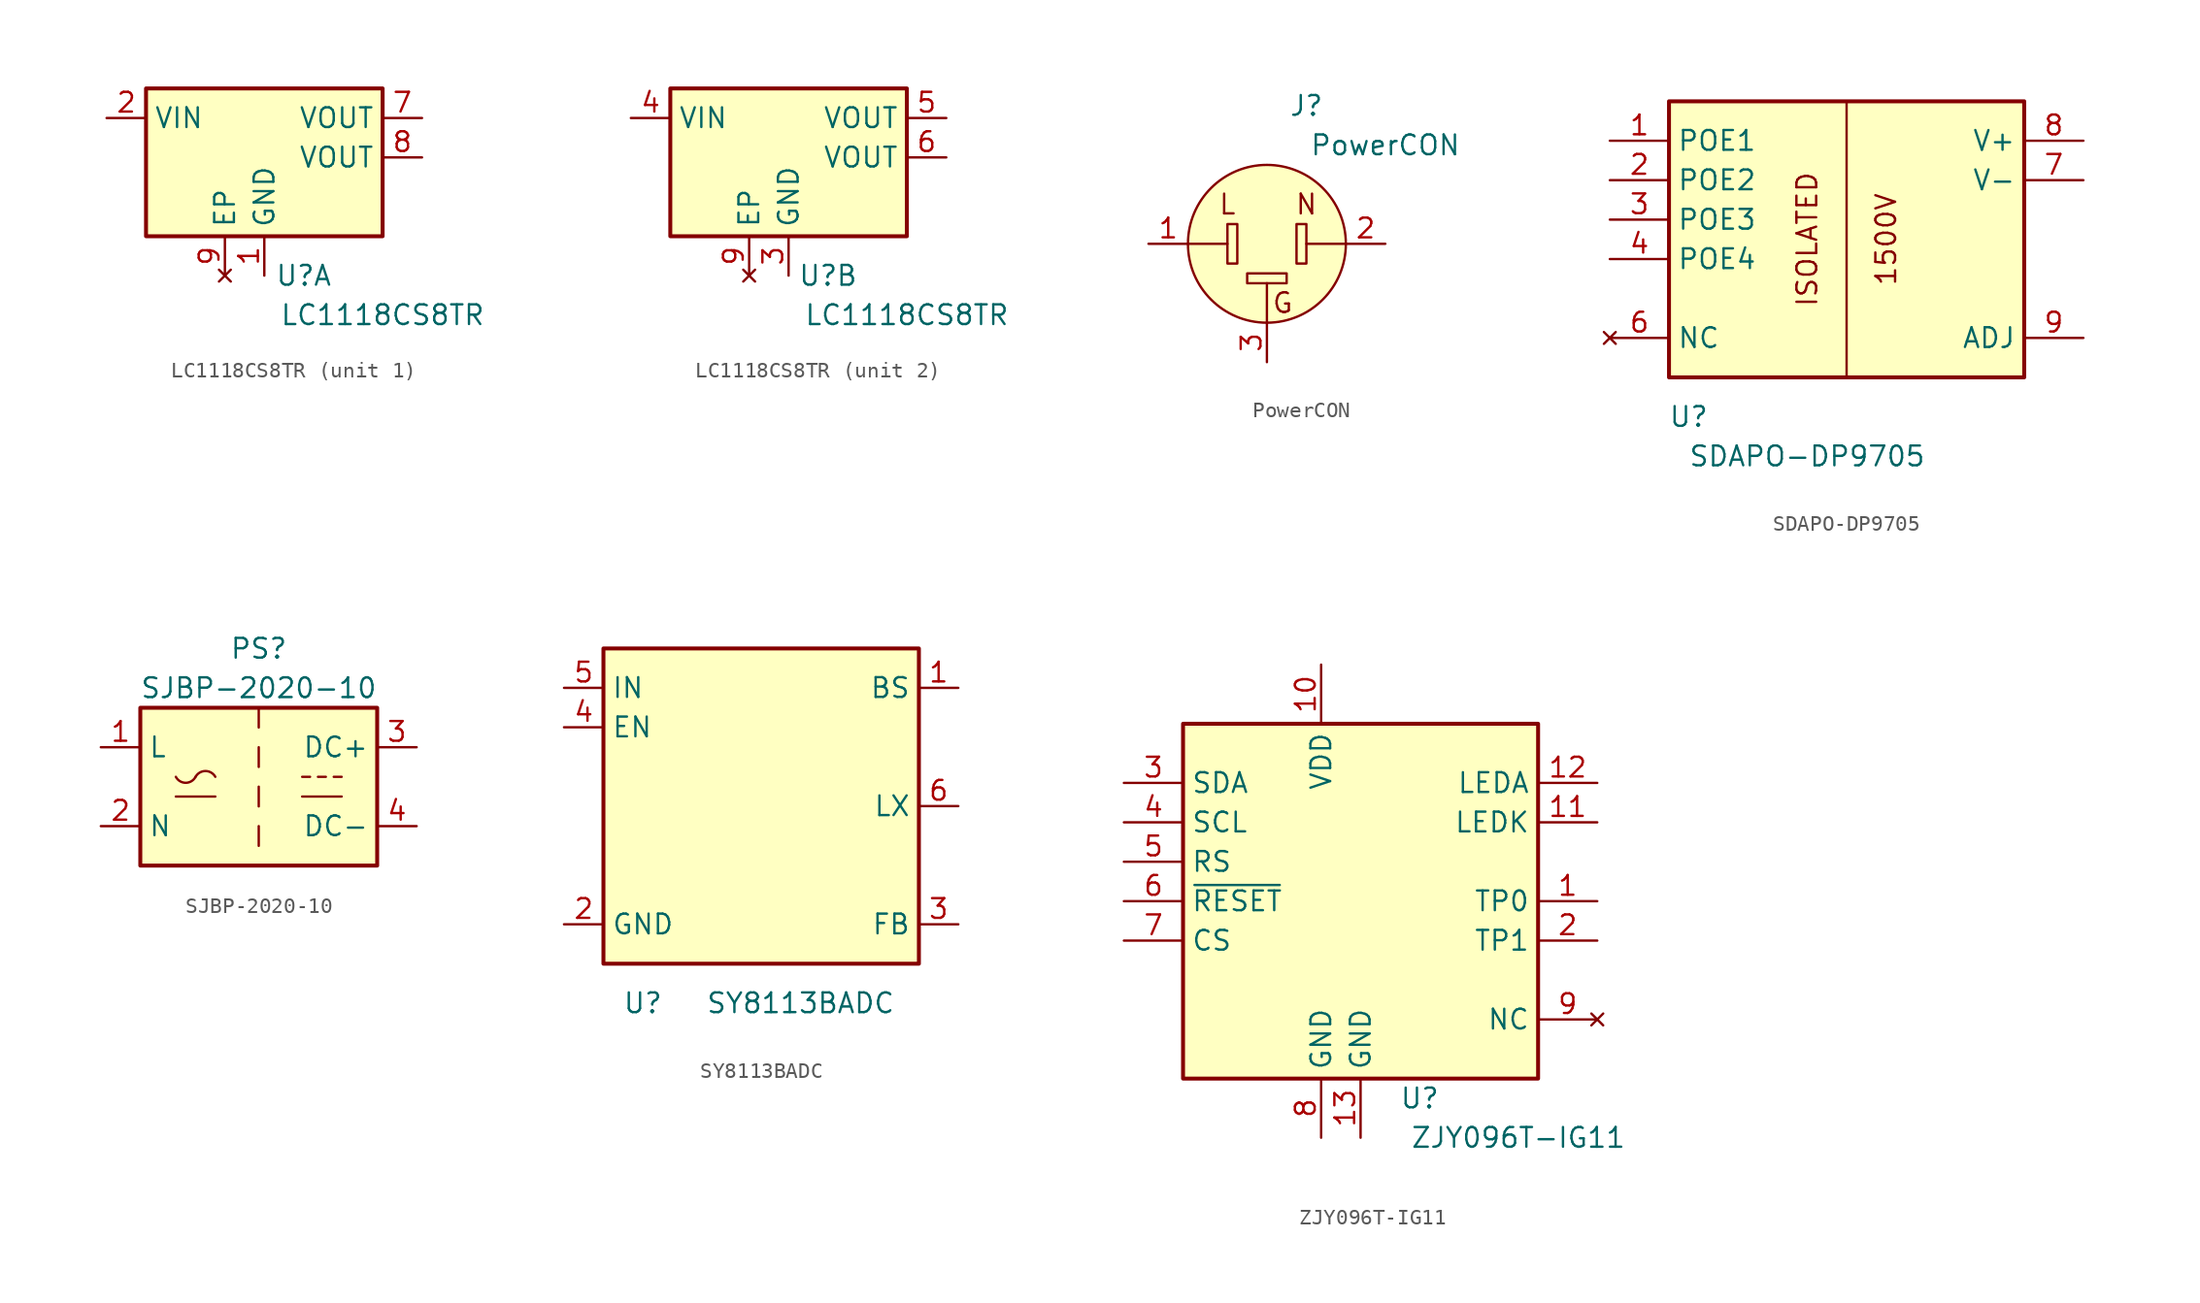
<source format=kicad_sym>
(kicad_symbol_lib
  (version 20201005)
  (generator kicad_symbol_editor)
  (symbol "Stone:LC1118CS8TR"
    (property "Reference" "U"
      (at 0 0 0)
      (effects (font (size 1.27 1.27))))
    (property "Value" "LC1118CS8TR"
      (at 5.08 -2.54 0)
      (effects (font (size 1.27 1.27))))
    (symbol "LC1118CS8TR_0_1"
      (rectangle (start -10.16 2.54) (end 5.08 12.065) (stroke (width 0.254)) (fill (type background))))
    (symbol "LC1118CS8TR_1_1"
      (pin power_in line (at -2.54 0 90) (length 2.54) (name "GND" (effects (font (size 1.27 1.27)))) (number "1" (effects (font (size 1.27 1.27)))))
      (pin power_in line (at -12.7 10.16 0) (length 2.54) (name "VIN" (effects (font (size 1.27 1.27)))) (number "2" (effects (font (size 1.27 1.27)))))
      (pin power_out line (at 7.62 10.16 180) (length 2.54) (name "VOUT" (effects (font (size 1.27 1.27)))) (number "7" (effects (font (size 1.27 1.27)))))
      (pin power_out line (at 7.62 7.62 180) (length 2.54) (name "VOUT" (effects (font (size 1.27 1.27)))) (number "8" (effects (font (size 1.27 1.27)))))
      (pin no_connect line (at -5.08 0 90) (length 2.54) (name "EP" (effects (font (size 1.27 1.27)))) (number "9" (effects (font (size 1.27 1.27))))))
    (symbol "LC1118CS8TR_2_1"
      (pin power_in line (at -2.54 0 90) (length 2.54) (name "GND" (effects (font (size 1.27 1.27)))) (number "3" (effects (font (size 1.27 1.27)))))
      (pin power_in line (at -12.7 10.16 0) (length 2.54) (name "VIN" (effects (font (size 1.27 1.27)))) (number "4" (effects (font (size 1.27 1.27)))))
      (pin power_out line (at 7.62 10.16 180) (length 2.54) (name "VOUT" (effects (font (size 1.27 1.27)))) (number "5" (effects (font (size 1.27 1.27)))))
      (pin power_out line (at 7.62 7.62 180) (length 2.54) (name "VOUT" (effects (font (size 1.27 1.27)))) (number "6" (effects (font (size 1.27 1.27)))))
      (pin no_connect line (at -5.08 0 90) (length 2.54) (name "EP" (effects (font (size 1.27 1.27)))) (number "9" (effects (font (size 1.27 1.27)))))))
  (symbol "Stone:PowerCON"
    (pin_names hide)
    (property "Reference" "J"
      (at 2.54 8.89 0)
      (effects (font (size 1.27 1.27))))
    (property "Value" "PowerCON"
      (at 7.62 6.35 0)
      (effects (font (size 1.27 1.27))))
    (symbol "PowerCON_0_0"
      (text "G" (at 1.016 -3.81 0) (effects (font (size 1.27 1.27))))
      (text "L" (at -2.54 2.54 0) (effects (font (size 1.27 1.27))))
      (text "N" (at 2.54 2.54 0) (effects (font (size 1.27 1.27)))))
    (symbol "PowerCON_0_1"
      (circle (center 0 0) (radius 5.08) (stroke (width 0)) (fill (type background)))
      (rectangle (start -2.54 1.27) (end -1.905 -1.27) (stroke (width 0)) (fill (type none)))
      (rectangle (start -1.27 -2.54) (end 1.27 -1.905) (stroke (width 0)) (fill (type none)))
      (rectangle (start 2.54 1.27) (end 1.905 -1.27) (stroke (width 0)) (fill (type none)))
      (polyline (pts (xy -5.08 0) (xy -2.54 0)) (stroke (width 0)) (fill (type none)))
      (polyline (pts (xy 0 -5.08) (xy 0 -2.54)) (stroke (width 0)) (fill (type none)))
      (polyline (pts (xy 5.08 0) (xy 2.54 0)) (stroke (width 0)) (fill (type none)))
      (pin passive line (at -7.62 0 0) (length 2.54) (name "L" (effects (font (size 1.27 1.27)))) (number "1" (effects (font (size 1.27 1.27)))))
      (pin passive line (at 7.62 0 180) (length 2.54) (name "N" (effects (font (size 1.27 1.27)))) (number "2" (effects (font (size 1.27 1.27)))))
      (pin passive line (at 0 -7.62 90) (length 2.54) (name "GND" (effects (font (size 1.27 1.27)))) (number "3" (effects (font (size 1.27 1.27)))))))
  (symbol "Stone:SDAPO-DP9705"
    (property "Reference" "U"
      (at 2.54 2.54 0)
      (effects (font (size 1.27 1.27))))
    (property "Value" "SDAPO-DP9705"
      (at 10.16 0 0)
      (effects (font (size 1.27 1.27))))
    (symbol "SDAPO-DP9705_0_0"
      (text "1500V" (at 15.24 13.97 900) (effects (font (size 1.27 1.27))))
      (text "ISOLATED" (at 10.16 13.97 900) (effects (font (size 1.27 1.27)))))
    (symbol "SDAPO-DP9705_0_1"
      (polyline (pts (xy 12.7 22.86) (xy 12.7 5.08)) (stroke (width 0.152)) (fill (type none))))
    (symbol "SDAPO-DP9705_1_1"
      (rectangle (start 1.27 22.86) (end 24.13 5.08) (stroke (width 0.254)) (fill (type background)))
      (pin passive line (at -2.54 20.32 0) (length 3.81) (name "POE1" (effects (font (size 1.27 1.27)))) (number "1" (effects (font (size 1.27 1.27)))))
      (pin passive line (at -2.54 17.78 0) (length 3.81) (name "POE2" (effects (font (size 1.27 1.27)))) (number "2" (effects (font (size 1.27 1.27)))))
      (pin passive line (at -2.54 15.24 0) (length 3.81) (name "POE3" (effects (font (size 1.27 1.27)))) (number "3" (effects (font (size 1.27 1.27)))))
      (pin passive line (at -2.54 12.7 0) (length 3.81) (name "POE4" (effects (font (size 1.27 1.27)))) (number "4" (effects (font (size 1.27 1.27)))))
      (pin no_connect line (at -2.54 7.62 0) (length 3.81) (name "NC" (effects (font (size 1.27 1.27)))) (number "6" (effects (font (size 1.27 1.27)))))
      (pin power_out line (at 27.94 17.78 180) (length 3.81) (name "V-" (effects (font (size 1.27 1.27)))) (number "7" (effects (font (size 1.27 1.27)))))
      (pin power_out line (at 27.94 20.32 180) (length 3.81) (name "V+" (effects (font (size 1.27 1.27)))) (number "8" (effects (font (size 1.27 1.27)))))
      (pin passive line (at 27.94 7.62 180) (length 3.81) (name "ADJ" (effects (font (size 1.27 1.27)))) (number "9" (effects (font (size 1.27 1.27)))))))
  (symbol "Stone:SJBP-2020-10"
    (property "Reference" "PS"
      (at 0 8.89 0)
      (effects (font (size 1.27 1.27))))
    (property "Value" "SJBP-2020-10"
      (at 0 6.35 0)
      (effects (font (size 1.27 1.27))))
    (symbol "SJBP-2020-10_0_1"
      (arc (start -5.334 0.635) (end -4.064 0.635) (radius (at -4.699 0.9652) (length 0.7112) (angles -152.5 -27.5)) (stroke (width 0)) (fill (type none)))
      (arc (start -2.794 0.635) (end -4.064 0.635) (radius (at -3.429 0.2794) (length 0.7366) (angles 29.2 150.8)) (stroke (width 0)) (fill (type none)))
      (rectangle (start -7.62 5.08) (end 7.62 -5.08) (stroke (width 0.254)) (fill (type background)))
      (polyline (pts (xy -5.334 -0.635) (xy -2.794 -0.635)) (stroke (width 0)) (fill (type none)))
      (polyline (pts (xy 2.794 -0.635) (xy 5.334 -0.635)) (stroke (width 0)) (fill (type none)))
      (polyline (pts (xy 2.794 0.635) (xy 3.302 0.635)) (stroke (width 0)) (fill (type none)))
      (polyline (pts (xy 3.81 0.635) (xy 4.318 0.635)) (stroke (width 0)) (fill (type none)))
      (polyline (pts (xy 4.826 0.635) (xy 5.334 0.635)) (stroke (width 0)) (fill (type none))))
    (symbol "SJBP-2020-10_1_1"
      (polyline (pts (xy 0 -2.54) (xy 0 -3.81)) (stroke (width 0)) (fill (type none)))
      (polyline (pts (xy 0 0) (xy 0 -1.27)) (stroke (width 0)) (fill (type none)))
      (polyline (pts (xy 0 2.54) (xy 0 1.27)) (stroke (width 0)) (fill (type none)))
      (polyline (pts (xy 0 5.08) (xy 0 3.81)) (stroke (width 0)) (fill (type none)))
      (pin power_in line (at -10.16 2.54 0) (length 2.54) (name "L" (effects (font (size 1.27 1.27)))) (number "1" (effects (font (size 1.27 1.27)))))
      (pin power_in line (at -10.16 -2.54 0) (length 2.54) (name "N" (effects (font (size 1.27 1.27)))) (number "2" (effects (font (size 1.27 1.27)))))
      (pin power_out line (at 10.16 2.54 180) (length 2.54) (name "DC+" (effects (font (size 1.27 1.27)))) (number "3" (effects (font (size 1.27 1.27)))))
      (pin power_out line (at 10.16 -2.54 180) (length 2.54) (name "DC-" (effects (font (size 1.27 1.27)))) (number "4" (effects (font (size 1.27 1.27)))))))
  (symbol "Stone:SY8113BADC"
    (property "Reference" "U"
      (at -5.08 0 0)
      (effects (font (size 1.27 1.27))))
    (property "Value" "SY8113BADC"
      (at 5.08 0 0)
      (effects (font (size 1.27 1.27))))
    (symbol "SY8113BADC_0_1"
      (rectangle (start -7.62 22.86) (end 12.7 2.54) (stroke (width 0.254)) (fill (type background))))
    (symbol "SY8113BADC_1_1"
      (pin power_out line (at 15.24 20.32 180) (length 2.54) (name "BS" (effects (font (size 1.27 1.27)))) (number "1" (effects (font (size 1.27 1.27)))))
      (pin power_in line (at -10.16 5.08 0) (length 2.54) (name "GND" (effects (font (size 1.27 1.27)))) (number "2" (effects (font (size 1.27 1.27)))))
      (pin passive line (at 15.24 5.08 180) (length 2.54) (name "FB" (effects (font (size 1.27 1.27)))) (number "3" (effects (font (size 1.27 1.27)))))
      (pin input line (at -10.16 17.78 0) (length 2.54) (name "EN" (effects (font (size 1.27 1.27)))) (number "4" (effects (font (size 1.27 1.27)))))
      (pin power_in line (at -10.16 20.32 0) (length 2.54) (name "IN" (effects (font (size 1.27 1.27)))) (number "5" (effects (font (size 1.27 1.27)))))
      (pin passive line (at 15.24 12.7 180) (length 2.54) (name "LX" (effects (font (size 1.27 1.27)))) (number "6" (effects (font (size 1.27 1.27)))))))
  (symbol "Stone:ZJY096T-IG11"
    (property "Reference" "U"
      (at 16.51 0 0)
      (effects (font (size 1.27 1.27))))
    (property "Value" "ZJY096T-IG11"
      (at 22.86 -2.54 0)
      (effects (font (size 1.27 1.27))))
    (symbol "ZJY096T-IG11_1_1"
      (rectangle (start 1.27 24.13) (end 24.13 1.27) (stroke (width 0.254)) (fill (type background)))
      (pin passive line (at 27.94 12.7 180) (length 3.81) (name "TP0" (effects (font (size 1.27 1.27)))) (number "1" (effects (font (size 1.27 1.27)))))
      (pin power_in line (at 10.16 27.94 270) (length 3.81) (name "VDD" (effects (font (size 1.27 1.27)))) (number "10" (effects (font (size 1.27 1.27)))))
      (pin passive line (at 27.94 17.78 180) (length 3.81) (name "LEDK" (effects (font (size 1.27 1.27)))) (number "11" (effects (font (size 1.27 1.27)))))
      (pin passive line (at 27.94 20.32 180) (length 3.81) (name "LEDA" (effects (font (size 1.27 1.27)))) (number "12" (effects (font (size 1.27 1.27)))))
      (pin power_in line (at 12.7 -2.54 90) (length 3.81) (name "GND" (effects (font (size 1.27 1.27)))) (number "13" (effects (font (size 1.27 1.27)))))
      (pin passive line (at 27.94 10.16 180) (length 3.81) (name "TP1" (effects (font (size 1.27 1.27)))) (number "2" (effects (font (size 1.27 1.27)))))
      (pin passive line (at -2.54 20.32 0) (length 3.81) (name "SDA" (effects (font (size 1.27 1.27)))) (number "3" (effects (font (size 1.27 1.27)))))
      (pin passive line (at -2.54 17.78 0) (length 3.81) (name "SCL" (effects (font (size 1.27 1.27)))) (number "4" (effects (font (size 1.27 1.27)))))
      (pin passive line (at -2.54 15.24 0) (length 3.81) (name "RS" (effects (font (size 1.27 1.27)))) (number "5" (effects (font (size 1.27 1.27)))))
      (pin input line (at -2.54 12.7 0) (length 3.81) (name "~RESET" (effects (font (size 1.27 1.27)))) (number "6" (effects (font (size 1.27 1.27)))))
      (pin passive line (at -2.54 10.16 0) (length 3.81) (name "CS" (effects (font (size 1.27 1.27)))) (number "7" (effects (font (size 1.27 1.27)))))
      (pin power_in line (at 10.16 -2.54 90) (length 3.81) (name "GND" (effects (font (size 1.27 1.27)))) (number "8" (effects (font (size 1.27 1.27)))))
      (pin no_connect line (at 27.94 5.08 180) (length 3.81) (name "NC" (effects (font (size 1.27 1.27)))) (number "9" (effects (font (size 1.27 1.27))))))))
</source>
